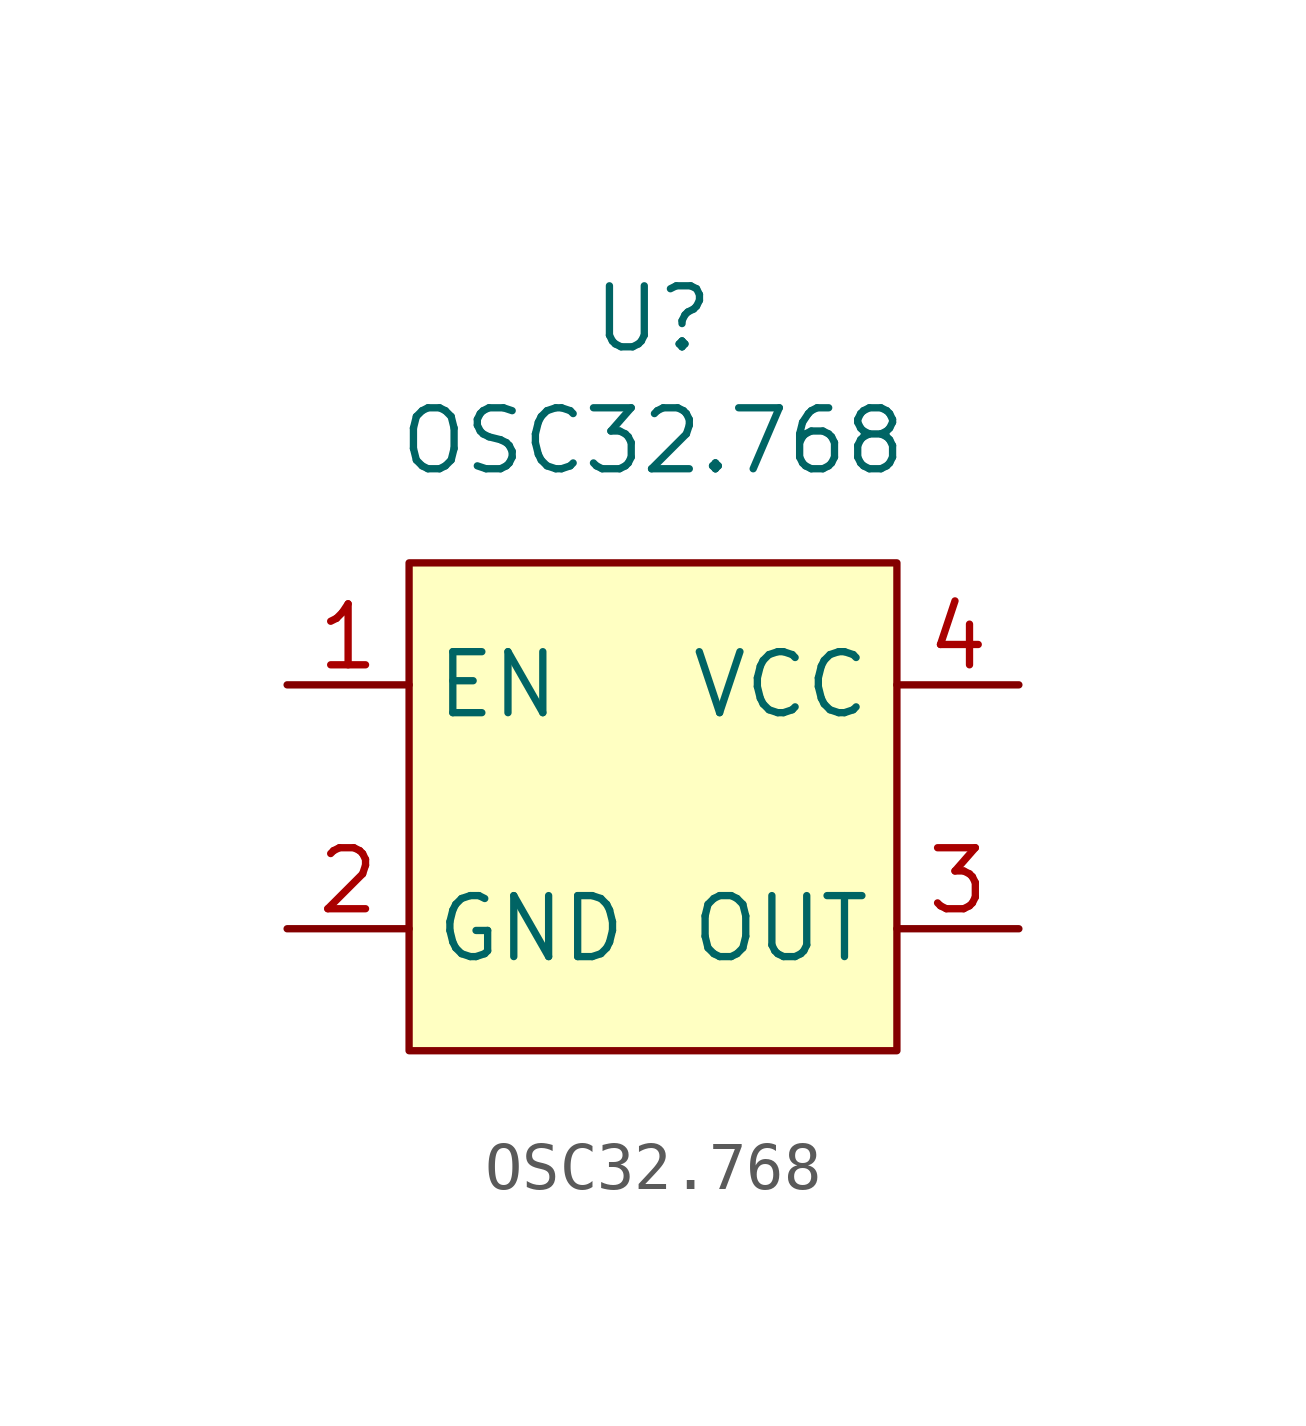
<source format=kicad_sym>
(kicad_symbol_lib
  (version 20211014)
  (generator kicad_symbol_editor)
  (symbol "OSC32.768"
    (property "Reference" "U"
      (at 0 5.08 0)
      (effects (font (size 1.27 1.27))))
    (property "Value" "OSC32.768"
      (at 0 2.54 0)
      (effects (font (size 1.27 1.27))))
    (symbol "OSC32.768_0_1"
      (rectangle (start -5.08 0) (end 5.08 -10.16) (stroke (width 0) (type default) (color 0 0 0 0)) (fill (type background))))
    (symbol "OSC32.768_1_1"
      (pin input line (at -7.62 -2.54 0) (length 2.54) (name "EN" (effects (font (size 1.27 1.27)))) (number "1" (effects (font (size 1.27 1.27)))))
      (pin input line (at -7.62 -7.62 0) (length 2.54) (name "GND" (effects (font (size 1.27 1.27)))) (number "2" (effects (font (size 1.27 1.27)))))
      (pin input line (at 7.62 -7.62 180) (length 2.54) (name "OUT" (effects (font (size 1.27 1.27)))) (number "3" (effects (font (size 1.27 1.27)))))
      (pin input line (at 7.62 -2.54 180) (length 2.54) (name "VCC" (effects (font (size 1.27 1.27)))) (number "4" (effects (font (size 1.27 1.27))))))))
</source>
